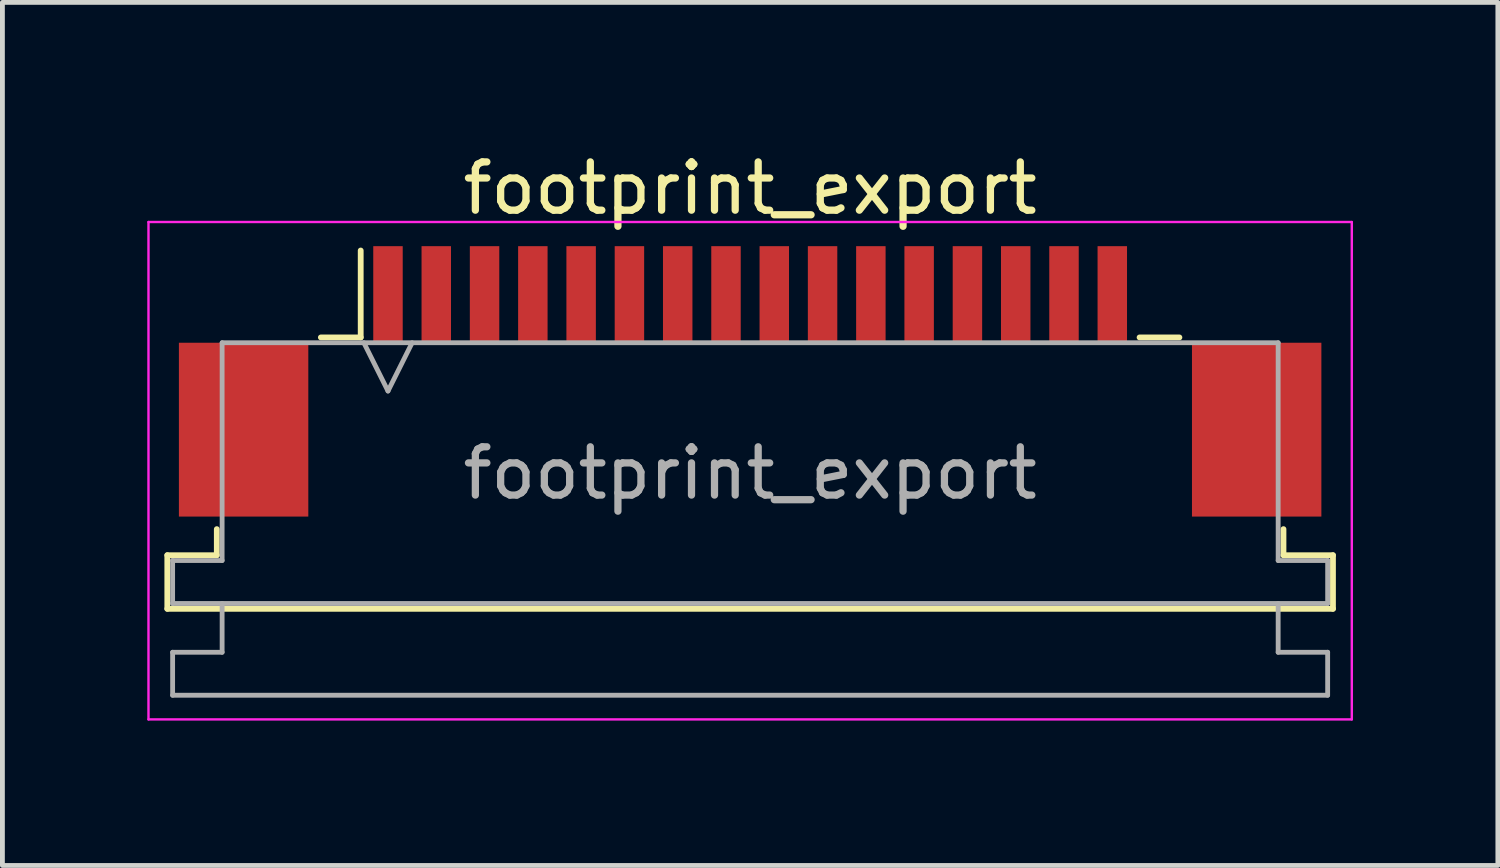
<source format=kicad_pcb>
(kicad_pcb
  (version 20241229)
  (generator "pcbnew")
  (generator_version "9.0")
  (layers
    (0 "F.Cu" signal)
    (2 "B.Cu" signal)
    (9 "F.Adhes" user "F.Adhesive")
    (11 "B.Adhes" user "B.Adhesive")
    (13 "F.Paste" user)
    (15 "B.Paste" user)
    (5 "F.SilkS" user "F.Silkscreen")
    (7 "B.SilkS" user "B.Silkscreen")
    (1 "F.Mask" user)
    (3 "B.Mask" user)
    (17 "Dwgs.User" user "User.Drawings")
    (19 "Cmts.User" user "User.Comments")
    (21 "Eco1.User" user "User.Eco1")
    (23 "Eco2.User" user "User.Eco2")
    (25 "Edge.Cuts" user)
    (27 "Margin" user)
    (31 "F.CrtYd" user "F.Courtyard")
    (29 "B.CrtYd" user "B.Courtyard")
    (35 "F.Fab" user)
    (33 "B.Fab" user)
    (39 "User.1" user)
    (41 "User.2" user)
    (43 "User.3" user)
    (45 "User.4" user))
  (footprint "footprint_export"
    (layer "F.Cu")
    (at 12.485 4.848)
    (property "Reference" "footprint_export" (at 0 -4 0) (layer "F.SilkS") (effects (font (size 1 1) (thickness 0.15))))
    (attr smd)
    (fp_line (start -12.07 3.6) (end -11.045 3.6) (stroke (width 0.12) (type solid)) (layer "F.SilkS"))
    (fp_line (start -12.07 4.71) (end -12.07 3.6) (stroke (width 0.12) (type solid)) (layer "F.SilkS"))
    (fp_line (start -11.045 3.6) (end -11.045 3.06) (stroke (width 0.12) (type solid)) (layer "F.SilkS"))
    (fp_line (start -8.89 -0.91) (end -8.065 -0.91) (stroke (width 0.12) (type solid)) (layer "F.SilkS"))
    (fp_line (start -8.065 -0.91) (end -8.065 -2.71) (stroke (width 0.12) (type solid)) (layer "F.SilkS"))
    (fp_line (start 8.065 -0.91) (end 8.89 -0.91) (stroke (width 0.12) (type solid)) (layer "F.SilkS"))
    (fp_line (start 11.045 3.06) (end 11.045 3.6) (stroke (width 0.12) (type solid)) (layer "F.SilkS"))
    (fp_line (start 11.045 3.6) (end 12.07 3.6) (stroke (width 0.12) (type solid)) (layer "F.SilkS"))
    (fp_line (start 12.07 3.6) (end 12.07 4.71) (stroke (width 0.12) (type solid)) (layer "F.SilkS"))
    (fp_line (start 12.07 4.71) (end -12.07 4.71) (stroke (width 0.12) (type solid)) (layer "F.SilkS"))
    (fp_line (start -12.46 -3.3) (end -12.46 7) (stroke (width 0.05) (type solid)) (layer "F.CrtYd"))
    (fp_line (start -12.46 7) (end 12.46 7) (stroke (width 0.05) (type solid)) (layer "F.CrtYd"))
    (fp_line (start 12.46 -3.3) (end -12.46 -3.3) (stroke (width 0.05) (type solid)) (layer "F.CrtYd"))
    (fp_line (start 12.46 7) (end 12.46 -3.3) (stroke (width 0.05) (type solid)) (layer "F.CrtYd"))
    (fp_line (start -11.96 3.71) (end -10.935 3.71) (stroke (width 0.1) (type solid)) (layer "F.Fab"))
    (fp_line (start -11.96 4.6) (end -11.96 3.71) (stroke (width 0.1) (type solid)) (layer "F.Fab"))
    (fp_line (start -11.96 5.61) (end -10.935 5.61) (stroke (width 0.1) (type solid)) (layer "F.Fab"))
    (fp_line (start -11.96 6.5) (end -11.96 5.61) (stroke (width 0.1) (type solid)) (layer "F.Fab"))
    (fp_line (start -10.935 -0.8) (end 10.935 -0.8) (stroke (width 0.1) (type solid)) (layer "F.Fab"))
    (fp_line (start -10.935 3.71) (end -10.935 -0.8) (stroke (width 0.1) (type solid)) (layer "F.Fab"))
    (fp_line (start -10.935 5.61) (end -10.935 4.6) (stroke (width 0.1) (type solid)) (layer "F.Fab"))
    (fp_line (start -8 -0.8) (end -7.5 0.2) (stroke (width 0.1) (type solid)) (layer "F.Fab"))
    (fp_line (start -7.5 0.2) (end -7 -0.8) (stroke (width 0.1) (type solid)) (layer "F.Fab"))
    (fp_line (start 10.935 -0.8) (end 10.935 3.71) (stroke (width 0.1) (type solid)) (layer "F.Fab"))
    (fp_line (start 10.935 3.71) (end 11.96 3.71) (stroke (width 0.1) (type solid)) (layer "F.Fab"))
    (fp_line (start 10.935 4.6) (end 10.935 5.61) (stroke (width 0.1) (type solid)) (layer "F.Fab"))
    (fp_line (start 10.935 5.61) (end 11.96 5.61) (stroke (width 0.1) (type solid)) (layer "F.Fab"))
    (fp_line (start 11.96 3.71) (end 11.96 4.6) (stroke (width 0.1) (type solid)) (layer "F.Fab"))
    (fp_line (start 11.96 4.6) (end -11.96 4.6) (stroke (width 0.1) (type solid)) (layer "F.Fab"))
    (fp_line (start 11.96 5.61) (end 11.96 6.5) (stroke (width 0.1) (type solid)) (layer "F.Fab"))
    (fp_line (start 11.96 6.5) (end -11.96 6.5) (stroke (width 0.1) (type solid)) (layer "F.Fab"))
    (fp_text user "${REFERENCE}" (at 0 1.9 0) (layer "F.Fab") (effects (font (size 1 1) (thickness 0.15))))
    (pad "1" smd rect (at -7.5 -1.8) (size 0.61 2) (layers "F.Cu" "F.Mask" "F.Paste"))
    (pad "2" smd rect (at -6.5 -1.8) (size 0.61 2) (layers "F.Cu" "F.Mask" "F.Paste"))
    (pad "3" smd rect (at -5.5 -1.8) (size 0.61 2) (layers "F.Cu" "F.Mask" "F.Paste"))
    (pad "4" smd rect (at -4.5 -1.8) (size 0.61 2) (layers "F.Cu" "F.Mask" "F.Paste"))
    (pad "5" smd rect (at -3.5 -1.8) (size 0.61 2) (layers "F.Cu" "F.Mask" "F.Paste"))
    (pad "6" smd rect (at -2.5 -1.8) (size 0.61 2) (layers "F.Cu" "F.Mask" "F.Paste"))
    (pad "7" smd rect (at -1.5 -1.8) (size 0.61 2) (layers "F.Cu" "F.Mask" "F.Paste"))
    (pad "8" smd rect (at -0.5 -1.8) (size 0.61 2) (layers "F.Cu" "F.Mask" "F.Paste"))
    (pad "9" smd rect (at 0.5 -1.8) (size 0.61 2) (layers "F.Cu" "F.Mask" "F.Paste"))
    (pad "10" smd rect (at 1.5 -1.8) (size 0.61 2) (layers "F.Cu" "F.Mask" "F.Paste"))
    (pad "11" smd rect (at 2.5 -1.8) (size 0.61 2) (layers "F.Cu" "F.Mask" "F.Paste"))
    (pad "12" smd rect (at 3.5 -1.8) (size 0.61 2) (layers "F.Cu" "F.Mask" "F.Paste"))
    (pad "13" smd rect (at 4.5 -1.8) (size 0.61 2) (layers "F.Cu" "F.Mask" "F.Paste"))
    (pad "14" smd rect (at 5.5 -1.8) (size 0.61 2) (layers "F.Cu" "F.Mask" "F.Paste"))
    (pad "15" smd rect (at 6.5 -1.8) (size 0.61 2) (layers "F.Cu" "F.Mask" "F.Paste"))
    (pad "16" smd rect (at 7.5 -1.8) (size 0.61 2) (layers "F.Cu" "F.Mask" "F.Paste"))
    (pad "MP" smd rect (at -10.49 1) (size 2.68 3.6) (layers "F.Cu" "F.Mask" "F.Paste"))
    (pad "MP" smd rect (at 10.49 1) (size 2.68 3.6) (layers "F.Cu" "F.Mask" "F.Paste")))
  (gr_rect
    (start -3 -3)
    (end 27.97 14.873)
    (stroke (width 0.1) (type default))
    (fill no)
    (layer "Edge.Cuts")))
</source>
